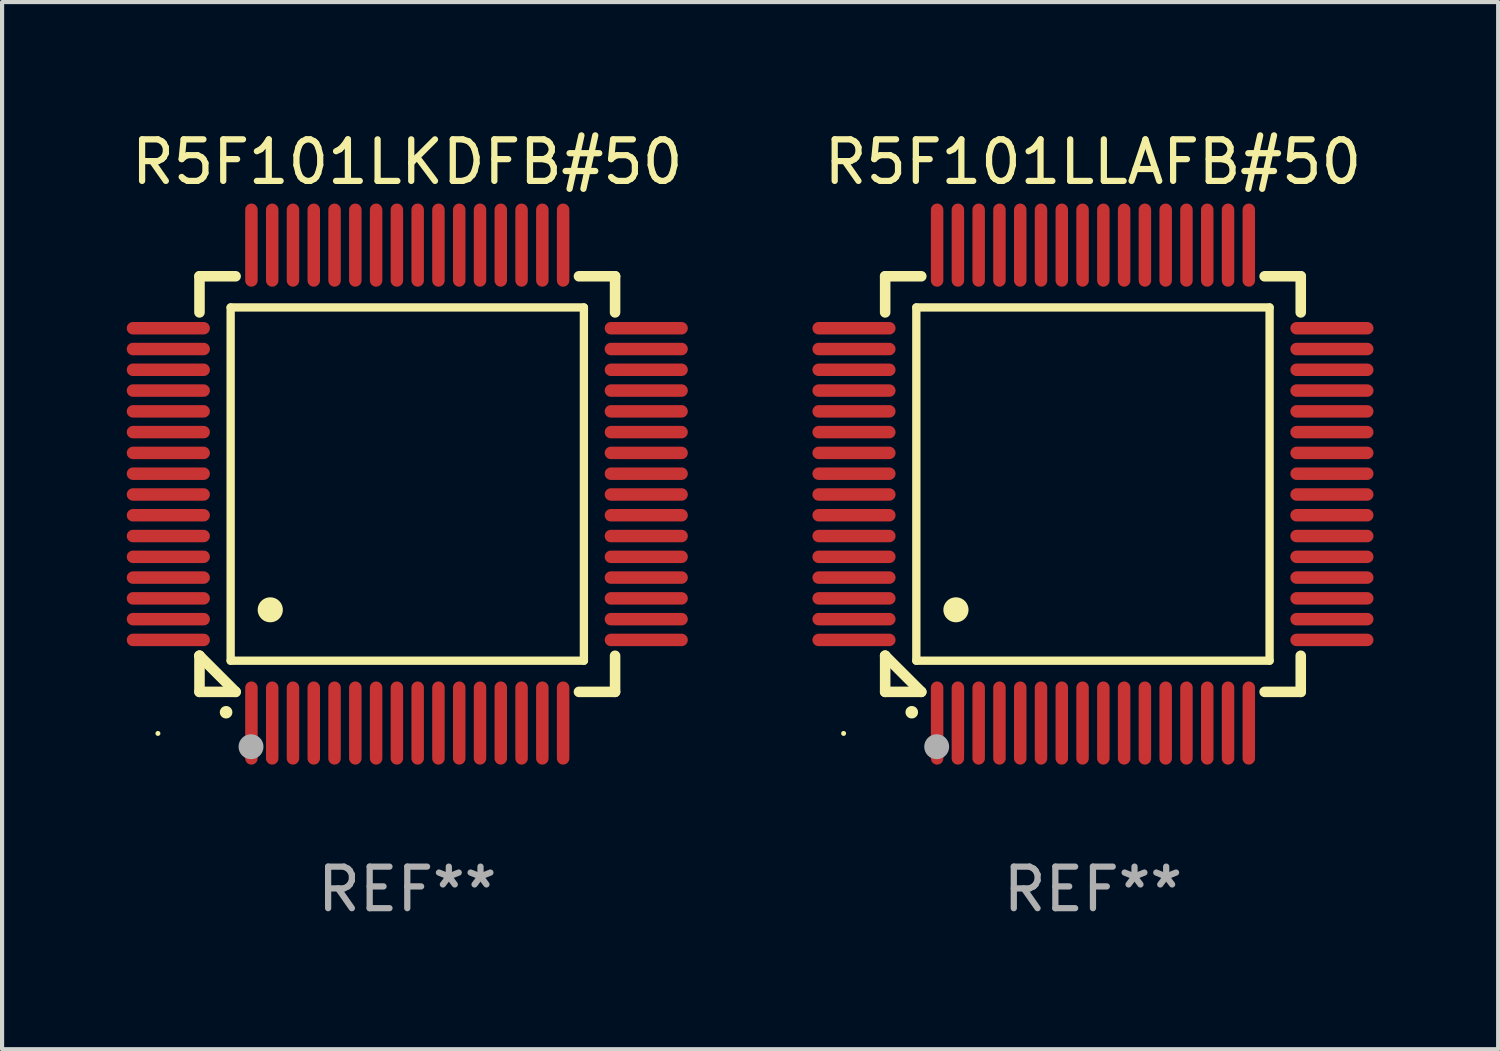
<source format=kicad_pcb>
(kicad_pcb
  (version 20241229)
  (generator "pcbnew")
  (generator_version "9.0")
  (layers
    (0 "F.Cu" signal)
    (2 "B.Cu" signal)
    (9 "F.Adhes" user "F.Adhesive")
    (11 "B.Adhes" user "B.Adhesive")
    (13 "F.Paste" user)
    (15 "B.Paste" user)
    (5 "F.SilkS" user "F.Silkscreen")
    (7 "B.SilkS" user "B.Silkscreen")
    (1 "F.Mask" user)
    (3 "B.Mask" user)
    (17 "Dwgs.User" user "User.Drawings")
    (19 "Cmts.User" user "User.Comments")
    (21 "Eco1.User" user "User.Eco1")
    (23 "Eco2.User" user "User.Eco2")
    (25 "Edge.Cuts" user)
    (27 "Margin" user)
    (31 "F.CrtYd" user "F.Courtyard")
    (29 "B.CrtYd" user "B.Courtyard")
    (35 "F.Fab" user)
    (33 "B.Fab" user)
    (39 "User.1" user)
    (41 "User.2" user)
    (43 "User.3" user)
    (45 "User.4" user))
  (footprint "R5F101LLAFB#50"
    (layer "F.Cu")
    (at 23.249 8.598)
    (property "Reference" "R5F101LLAFB#50" (at 0 -7.75 0) (layer "F.SilkS") (effects (font (size 1 1) (thickness 0.15))))
    (attr through_hole)
    (fp_line (start -5 -5) (end -4.131 -5) (stroke (width 0.254) (type solid)) (layer "F.SilkS"))
    (fp_line (start -5 -4.131) (end -5 -5) (stroke (width 0.254) (type solid)) (layer "F.SilkS"))
    (fp_line (start -5 4.131) (end -5 4.131) (stroke (width 0.254) (type solid)) (layer "F.SilkS"))
    (fp_line (start -5 5) (end -5 4.131) (stroke (width 0.254) (type solid)) (layer "F.SilkS"))
    (fp_line (start -5 4.131) (end -4.131 5) (stroke (width 0.254) (type solid)) (layer "F.SilkS"))
    (fp_line (start -4.25 -4.25) (end -4.25 4.25) (stroke (width 0.2) (type solid)) (layer "F.SilkS"))
    (fp_line (start -4.25 4.25) (end 4.25 4.25) (stroke (width 0.2) (type solid)) (layer "F.SilkS"))
    (fp_line (start -4.131 5) (end -5 5) (stroke (width 0.254) (type solid)) (layer "F.SilkS"))
    (fp_line (start 4.25 -4.25) (end -4.25 -4.25) (stroke (width 0.2) (type solid)) (layer "F.SilkS"))
    (fp_line (start 4.25 4.25) (end 4.25 -4.25) (stroke (width 0.2) (type solid)) (layer "F.SilkS"))
    (fp_line (start 5 -5) (end 4.131 -5) (stroke (width 0.254) (type solid)) (layer "F.SilkS"))
    (fp_line (start 5 -5) (end 5 -4.131) (stroke (width 0.254) (type solid)) (layer "F.SilkS"))
    (fp_line (start 5 4.131) (end 5 5) (stroke (width 0.254) (type solid)) (layer "F.SilkS"))
    (fp_line (start 5 5) (end 4.131 5) (stroke (width 0.254) (type solid)) (layer "F.SilkS"))
    (fp_arc (start -4.361265 5.489992) (mid -4.359995 5.489987) (end -4.358725 5.489992) (stroke (width 0.3) (type solid)) (layer "F.SilkS"))
    (fp_arc (start -3.299467 3.025146) (mid -3.296927 3.025135) (end -3.294387 3.025146) (stroke (width 0.6) (type solid)) (layer "F.SilkS"))
    (fp_circle (center -6 6) (end -5.97 6) (stroke (width 0.06) (type solid)) (fill no) (layer "F.SilkS"))
    (fp_circle (center -3.76 6.32) (end -3.61 6.32) (stroke (width 0.3) (type solid)) (fill no) (layer "F.Fab"))
    (fp_text user "REF**" (at 0 9.75 0) (layer "F.Fab") (effects (font (size 1 1) (thickness 0.15))))
    (pad "1" smd oval (at -3.75 5.75) (size 0.3 2) (layers "F.Cu" "F.Mask" "F.Paste"))
    (pad "2" smd oval (at -3.25 5.75) (size 0.3 2) (layers "F.Cu" "F.Mask" "F.Paste"))
    (pad "3" smd oval (at -2.75 5.75) (size 0.3 2) (layers "F.Cu" "F.Mask" "F.Paste"))
    (pad "4" smd oval (at -2.25 5.75) (size 0.3 2) (layers "F.Cu" "F.Mask" "F.Paste"))
    (pad "5" smd oval (at -1.75 5.75) (size 0.3 2) (layers "F.Cu" "F.Mask" "F.Paste"))
    (pad "6" smd oval (at -1.25 5.75) (size 0.3 2) (layers "F.Cu" "F.Mask" "F.Paste"))
    (pad "7" smd oval (at -0.75 5.75) (size 0.3 2) (layers "F.Cu" "F.Mask" "F.Paste"))
    (pad "8" smd oval (at -0.25 5.75) (size 0.3 2) (layers "F.Cu" "F.Mask" "F.Paste"))
    (pad "9" smd oval (at 0.25 5.75) (size 0.3 2) (layers "F.Cu" "F.Mask" "F.Paste"))
    (pad "10" smd oval (at 0.75 5.75) (size 0.3 2) (layers "F.Cu" "F.Mask" "F.Paste"))
    (pad "11" smd oval (at 1.25 5.75) (size 0.3 2) (layers "F.Cu" "F.Mask" "F.Paste"))
    (pad "12" smd oval (at 1.75 5.75) (size 0.3 2) (layers "F.Cu" "F.Mask" "F.Paste"))
    (pad "13" smd oval (at 2.25 5.75) (size 0.3 2) (layers "F.Cu" "F.Mask" "F.Paste"))
    (pad "14" smd oval (at 2.75 5.75) (size 0.3 2) (layers "F.Cu" "F.Mask" "F.Paste"))
    (pad "15" smd oval (at 3.25 5.75) (size 0.3 2) (layers "F.Cu" "F.Mask" "F.Paste"))
    (pad "16" smd oval (at 3.75 5.75) (size 0.3 2) (layers "F.Cu" "F.Mask" "F.Paste"))
    (pad "17" smd oval (at 5.75 3.75) (size 2 0.3) (layers "F.Cu" "F.Mask" "F.Paste"))
    (pad "18" smd oval (at 5.75 3.25) (size 2 0.3) (layers "F.Cu" "F.Mask" "F.Paste"))
    (pad "19" smd oval (at 5.75 2.75) (size 2 0.3) (layers "F.Cu" "F.Mask" "F.Paste"))
    (pad "20" smd oval (at 5.75 2.25) (size 2 0.3) (layers "F.Cu" "F.Mask" "F.Paste"))
    (pad "21" smd oval (at 5.75 1.75) (size 2 0.3) (layers "F.Cu" "F.Mask" "F.Paste"))
    (pad "22" smd oval (at 5.75 1.25) (size 2 0.3) (layers "F.Cu" "F.Mask" "F.Paste"))
    (pad "23" smd oval (at 5.75 0.75) (size 2 0.3) (layers "F.Cu" "F.Mask" "F.Paste"))
    (pad "24" smd oval (at 5.75 0.25) (size 2 0.3) (layers "F.Cu" "F.Mask" "F.Paste"))
    (pad "25" smd oval (at 5.75 -0.25) (size 2 0.3) (layers "F.Cu" "F.Mask" "F.Paste"))
    (pad "26" smd oval (at 5.75 -0.75) (size 2 0.3) (layers "F.Cu" "F.Mask" "F.Paste"))
    (pad "27" smd oval (at 5.75 -1.25) (size 2 0.3) (layers "F.Cu" "F.Mask" "F.Paste"))
    (pad "28" smd oval (at 5.75 -1.75) (size 2 0.3) (layers "F.Cu" "F.Mask" "F.Paste"))
    (pad "29" smd oval (at 5.75 -2.25) (size 2 0.3) (layers "F.Cu" "F.Mask" "F.Paste"))
    (pad "30" smd oval (at 5.75 -2.75) (size 2 0.3) (layers "F.Cu" "F.Mask" "F.Paste"))
    (pad "31" smd oval (at 5.75 -3.25) (size 2 0.3) (layers "F.Cu" "F.Mask" "F.Paste"))
    (pad "32" smd oval (at 5.75 -3.75) (size 2 0.3) (layers "F.Cu" "F.Mask" "F.Paste"))
    (pad "33" smd oval (at 3.75 -5.75) (size 0.3 2) (layers "F.Cu" "F.Mask" "F.Paste"))
    (pad "34" smd oval (at 3.25 -5.75) (size 0.3 2) (layers "F.Cu" "F.Mask" "F.Paste"))
    (pad "35" smd oval (at 2.75 -5.75) (size 0.3 2) (layers "F.Cu" "F.Mask" "F.Paste"))
    (pad "36" smd oval (at 2.25 -5.75) (size 0.3 2) (layers "F.Cu" "F.Mask" "F.Paste"))
    (pad "37" smd oval (at 1.75 -5.75) (size 0.3 2) (layers "F.Cu" "F.Mask" "F.Paste"))
    (pad "38" smd oval (at 1.25 -5.75) (size 0.3 2) (layers "F.Cu" "F.Mask" "F.Paste"))
    (pad "39" smd oval (at 0.75 -5.75) (size 0.3 2) (layers "F.Cu" "F.Mask" "F.Paste"))
    (pad "40" smd oval (at 0.25 -5.75) (size 0.3 2) (layers "F.Cu" "F.Mask" "F.Paste"))
    (pad "41" smd oval (at -0.25 -5.75) (size 0.3 2) (layers "F.Cu" "F.Mask" "F.Paste"))
    (pad "42" smd oval (at -0.75 -5.75) (size 0.3 2) (layers "F.Cu" "F.Mask" "F.Paste"))
    (pad "43" smd oval (at -1.25 -5.75) (size 0.3 2) (layers "F.Cu" "F.Mask" "F.Paste"))
    (pad "44" smd oval (at -1.75 -5.75) (size 0.3 2) (layers "F.Cu" "F.Mask" "F.Paste"))
    (pad "45" smd oval (at -2.25 -5.75) (size 0.3 2) (layers "F.Cu" "F.Mask" "F.Paste"))
    (pad "46" smd oval (at -2.75 -5.75) (size 0.3 2) (layers "F.Cu" "F.Mask" "F.Paste"))
    (pad "47" smd oval (at -3.25 -5.75) (size 0.3 2) (layers "F.Cu" "F.Mask" "F.Paste"))
    (pad "48" smd oval (at -3.75 -5.75) (size 0.3 2) (layers "F.Cu" "F.Mask" "F.Paste"))
    (pad "49" smd oval (at -5.75 -3.75) (size 2 0.3) (layers "F.Cu" "F.Mask" "F.Paste"))
    (pad "50" smd oval (at -5.75 -3.25) (size 2 0.3) (layers "F.Cu" "F.Mask" "F.Paste"))
    (pad "51" smd oval (at -5.75 -2.75) (size 2 0.3) (layers "F.Cu" "F.Mask" "F.Paste"))
    (pad "52" smd oval (at -5.75 -2.25) (size 2 0.3) (layers "F.Cu" "F.Mask" "F.Paste"))
    (pad "53" smd oval (at -5.75 -1.75) (size 2 0.3) (layers "F.Cu" "F.Mask" "F.Paste"))
    (pad "54" smd oval (at -5.75 -1.25) (size 2 0.3) (layers "F.Cu" "F.Mask" "F.Paste"))
    (pad "55" smd oval (at -5.75 -0.75) (size 2 0.3) (layers "F.Cu" "F.Mask" "F.Paste"))
    (pad "56" smd oval (at -5.75 -0.25) (size 2 0.3) (layers "F.Cu" "F.Mask" "F.Paste"))
    (pad "57" smd oval (at -5.75 0.25) (size 2 0.3) (layers "F.Cu" "F.Mask" "F.Paste"))
    (pad "58" smd oval (at -5.75 0.75) (size 2 0.3) (layers "F.Cu" "F.Mask" "F.Paste"))
    (pad "59" smd oval (at -5.75 1.25) (size 2 0.3) (layers "F.Cu" "F.Mask" "F.Paste"))
    (pad "60" smd oval (at -5.75 1.75) (size 2 0.3) (layers "F.Cu" "F.Mask" "F.Paste"))
    (pad "61" smd oval (at -5.75 2.25) (size 2 0.3) (layers "F.Cu" "F.Mask" "F.Paste"))
    (pad "62" smd oval (at -5.75 2.75) (size 2 0.3) (layers "F.Cu" "F.Mask" "F.Paste"))
    (pad "63" smd oval (at -5.75 3.25) (size 2 0.3) (layers "F.Cu" "F.Mask" "F.Paste"))
    (pad "64" smd oval (at -5.75 3.75) (size 2 0.3) (layers "F.Cu" "F.Mask" "F.Paste")))
  (footprint "R5F101LKDFB#50"
    (layer "F.Cu")
    (at 6.75 8.598)
    (property "Reference" "R5F101LKDFB#50" (at 0 -7.75 0) (layer "F.SilkS") (effects (font (size 1 1) (thickness 0.15))))
    (attr through_hole)
    (fp_line (start -5 -5) (end -4.131 -5) (stroke (width 0.254) (type solid)) (layer "F.SilkS"))
    (fp_line (start -5 -4.131) (end -5 -5) (stroke (width 0.254) (type solid)) (layer "F.SilkS"))
    (fp_line (start -5 4.131) (end -5 4.131) (stroke (width 0.254) (type solid)) (layer "F.SilkS"))
    (fp_line (start -5 5) (end -5 4.131) (stroke (width 0.254) (type solid)) (layer "F.SilkS"))
    (fp_line (start -5 4.131) (end -4.131 5) (stroke (width 0.254) (type solid)) (layer "F.SilkS"))
    (fp_line (start -4.25 -4.25) (end -4.25 4.25) (stroke (width 0.2) (type solid)) (layer "F.SilkS"))
    (fp_line (start -4.25 4.25) (end 4.25 4.25) (stroke (width 0.2) (type solid)) (layer "F.SilkS"))
    (fp_line (start -4.131 5) (end -5 5) (stroke (width 0.254) (type solid)) (layer "F.SilkS"))
    (fp_line (start 4.25 -4.25) (end -4.25 -4.25) (stroke (width 0.2) (type solid)) (layer "F.SilkS"))
    (fp_line (start 4.25 4.25) (end 4.25 -4.25) (stroke (width 0.2) (type solid)) (layer "F.SilkS"))
    (fp_line (start 5 -5) (end 4.131 -5) (stroke (width 0.254) (type solid)) (layer "F.SilkS"))
    (fp_line (start 5 -5) (end 5 -4.131) (stroke (width 0.254) (type solid)) (layer "F.SilkS"))
    (fp_line (start 5 4.131) (end 5 5) (stroke (width 0.254) (type solid)) (layer "F.SilkS"))
    (fp_line (start 5 5) (end 4.131 5) (stroke (width 0.254) (type solid)) (layer "F.SilkS"))
    (fp_arc (start -4.361265 5.489992) (mid -4.359995 5.489987) (end -4.358725 5.489992) (stroke (width 0.3) (type solid)) (layer "F.SilkS"))
    (fp_arc (start -3.299467 3.025146) (mid -3.296927 3.025135) (end -3.294387 3.025146) (stroke (width 0.6) (type solid)) (layer "F.SilkS"))
    (fp_circle (center -6 6) (end -5.97 6) (stroke (width 0.06) (type solid)) (fill no) (layer "F.SilkS"))
    (fp_circle (center -3.76 6.32) (end -3.61 6.32) (stroke (width 0.3) (type solid)) (fill no) (layer "F.Fab"))
    (fp_text user "REF**" (at 0 9.75 0) (layer "F.Fab") (effects (font (size 1 1) (thickness 0.15))))
    (pad "1" smd oval (at -3.75 5.75) (size 0.3 2) (layers "F.Cu" "F.Mask" "F.Paste"))
    (pad "2" smd oval (at -3.25 5.75) (size 0.3 2) (layers "F.Cu" "F.Mask" "F.Paste"))
    (pad "3" smd oval (at -2.75 5.75) (size 0.3 2) (layers "F.Cu" "F.Mask" "F.Paste"))
    (pad "4" smd oval (at -2.25 5.75) (size 0.3 2) (layers "F.Cu" "F.Mask" "F.Paste"))
    (pad "5" smd oval (at -1.75 5.75) (size 0.3 2) (layers "F.Cu" "F.Mask" "F.Paste"))
    (pad "6" smd oval (at -1.25 5.75) (size 0.3 2) (layers "F.Cu" "F.Mask" "F.Paste"))
    (pad "7" smd oval (at -0.75 5.75) (size 0.3 2) (layers "F.Cu" "F.Mask" "F.Paste"))
    (pad "8" smd oval (at -0.25 5.75) (size 0.3 2) (layers "F.Cu" "F.Mask" "F.Paste"))
    (pad "9" smd oval (at 0.25 5.75) (size 0.3 2) (layers "F.Cu" "F.Mask" "F.Paste"))
    (pad "10" smd oval (at 0.75 5.75) (size 0.3 2) (layers "F.Cu" "F.Mask" "F.Paste"))
    (pad "11" smd oval (at 1.25 5.75) (size 0.3 2) (layers "F.Cu" "F.Mask" "F.Paste"))
    (pad "12" smd oval (at 1.75 5.75) (size 0.3 2) (layers "F.Cu" "F.Mask" "F.Paste"))
    (pad "13" smd oval (at 2.25 5.75) (size 0.3 2) (layers "F.Cu" "F.Mask" "F.Paste"))
    (pad "14" smd oval (at 2.75 5.75) (size 0.3 2) (layers "F.Cu" "F.Mask" "F.Paste"))
    (pad "15" smd oval (at 3.25 5.75) (size 0.3 2) (layers "F.Cu" "F.Mask" "F.Paste"))
    (pad "16" smd oval (at 3.75 5.75) (size 0.3 2) (layers "F.Cu" "F.Mask" "F.Paste"))
    (pad "17" smd oval (at 5.75 3.75) (size 2 0.3) (layers "F.Cu" "F.Mask" "F.Paste"))
    (pad "18" smd oval (at 5.75 3.25) (size 2 0.3) (layers "F.Cu" "F.Mask" "F.Paste"))
    (pad "19" smd oval (at 5.75 2.75) (size 2 0.3) (layers "F.Cu" "F.Mask" "F.Paste"))
    (pad "20" smd oval (at 5.75 2.25) (size 2 0.3) (layers "F.Cu" "F.Mask" "F.Paste"))
    (pad "21" smd oval (at 5.75 1.75) (size 2 0.3) (layers "F.Cu" "F.Mask" "F.Paste"))
    (pad "22" smd oval (at 5.75 1.25) (size 2 0.3) (layers "F.Cu" "F.Mask" "F.Paste"))
    (pad "23" smd oval (at 5.75 0.75) (size 2 0.3) (layers "F.Cu" "F.Mask" "F.Paste"))
    (pad "24" smd oval (at 5.75 0.25) (size 2 0.3) (layers "F.Cu" "F.Mask" "F.Paste"))
    (pad "25" smd oval (at 5.75 -0.25) (size 2 0.3) (layers "F.Cu" "F.Mask" "F.Paste"))
    (pad "26" smd oval (at 5.75 -0.75) (size 2 0.3) (layers "F.Cu" "F.Mask" "F.Paste"))
    (pad "27" smd oval (at 5.75 -1.25) (size 2 0.3) (layers "F.Cu" "F.Mask" "F.Paste"))
    (pad "28" smd oval (at 5.75 -1.75) (size 2 0.3) (layers "F.Cu" "F.Mask" "F.Paste"))
    (pad "29" smd oval (at 5.75 -2.25) (size 2 0.3) (layers "F.Cu" "F.Mask" "F.Paste"))
    (pad "30" smd oval (at 5.75 -2.75) (size 2 0.3) (layers "F.Cu" "F.Mask" "F.Paste"))
    (pad "31" smd oval (at 5.75 -3.25) (size 2 0.3) (layers "F.Cu" "F.Mask" "F.Paste"))
    (pad "32" smd oval (at 5.75 -3.75) (size 2 0.3) (layers "F.Cu" "F.Mask" "F.Paste"))
    (pad "33" smd oval (at 3.75 -5.75) (size 0.3 2) (layers "F.Cu" "F.Mask" "F.Paste"))
    (pad "34" smd oval (at 3.25 -5.75) (size 0.3 2) (layers "F.Cu" "F.Mask" "F.Paste"))
    (pad "35" smd oval (at 2.75 -5.75) (size 0.3 2) (layers "F.Cu" "F.Mask" "F.Paste"))
    (pad "36" smd oval (at 2.25 -5.75) (size 0.3 2) (layers "F.Cu" "F.Mask" "F.Paste"))
    (pad "37" smd oval (at 1.75 -5.75) (size 0.3 2) (layers "F.Cu" "F.Mask" "F.Paste"))
    (pad "38" smd oval (at 1.25 -5.75) (size 0.3 2) (layers "F.Cu" "F.Mask" "F.Paste"))
    (pad "39" smd oval (at 0.75 -5.75) (size 0.3 2) (layers "F.Cu" "F.Mask" "F.Paste"))
    (pad "40" smd oval (at 0.25 -5.75) (size 0.3 2) (layers "F.Cu" "F.Mask" "F.Paste"))
    (pad "41" smd oval (at -0.25 -5.75) (size 0.3 2) (layers "F.Cu" "F.Mask" "F.Paste"))
    (pad "42" smd oval (at -0.75 -5.75) (size 0.3 2) (layers "F.Cu" "F.Mask" "F.Paste"))
    (pad "43" smd oval (at -1.25 -5.75) (size 0.3 2) (layers "F.Cu" "F.Mask" "F.Paste"))
    (pad "44" smd oval (at -1.75 -5.75) (size 0.3 2) (layers "F.Cu" "F.Mask" "F.Paste"))
    (pad "45" smd oval (at -2.25 -5.75) (size 0.3 2) (layers "F.Cu" "F.Mask" "F.Paste"))
    (pad "46" smd oval (at -2.75 -5.75) (size 0.3 2) (layers "F.Cu" "F.Mask" "F.Paste"))
    (pad "47" smd oval (at -3.25 -5.75) (size 0.3 2) (layers "F.Cu" "F.Mask" "F.Paste"))
    (pad "48" smd oval (at -3.75 -5.75) (size 0.3 2) (layers "F.Cu" "F.Mask" "F.Paste"))
    (pad "49" smd oval (at -5.75 -3.75) (size 2 0.3) (layers "F.Cu" "F.Mask" "F.Paste"))
    (pad "50" smd oval (at -5.75 -3.25) (size 2 0.3) (layers "F.Cu" "F.Mask" "F.Paste"))
    (pad "51" smd oval (at -5.75 -2.75) (size 2 0.3) (layers "F.Cu" "F.Mask" "F.Paste"))
    (pad "52" smd oval (at -5.75 -2.25) (size 2 0.3) (layers "F.Cu" "F.Mask" "F.Paste"))
    (pad "53" smd oval (at -5.75 -1.75) (size 2 0.3) (layers "F.Cu" "F.Mask" "F.Paste"))
    (pad "54" smd oval (at -5.75 -1.25) (size 2 0.3) (layers "F.Cu" "F.Mask" "F.Paste"))
    (pad "55" smd oval (at -5.75 -0.75) (size 2 0.3) (layers "F.Cu" "F.Mask" "F.Paste"))
    (pad "56" smd oval (at -5.75 -0.25) (size 2 0.3) (layers "F.Cu" "F.Mask" "F.Paste"))
    (pad "57" smd oval (at -5.75 0.25) (size 2 0.3) (layers "F.Cu" "F.Mask" "F.Paste"))
    (pad "58" smd oval (at -5.75 0.75) (size 2 0.3) (layers "F.Cu" "F.Mask" "F.Paste"))
    (pad "59" smd oval (at -5.75 1.25) (size 2 0.3) (layers "F.Cu" "F.Mask" "F.Paste"))
    (pad "60" smd oval (at -5.75 1.75) (size 2 0.3) (layers "F.Cu" "F.Mask" "F.Paste"))
    (pad "61" smd oval (at -5.75 2.25) (size 2 0.3) (layers "F.Cu" "F.Mask" "F.Paste"))
    (pad "62" smd oval (at -5.75 2.75) (size 2 0.3) (layers "F.Cu" "F.Mask" "F.Paste"))
    (pad "63" smd oval (at -5.75 3.25) (size 2 0.3) (layers "F.Cu" "F.Mask" "F.Paste"))
    (pad "64" smd oval (at -5.75 3.75) (size 2 0.3) (layers "F.Cu" "F.Mask" "F.Paste")))
  (gr_rect
    (start -3 -3)
    (end 32.999 22.196)
    (stroke (width 0.1) (type default))
    (fill no)
    (layer "Edge.Cuts")))
</source>
